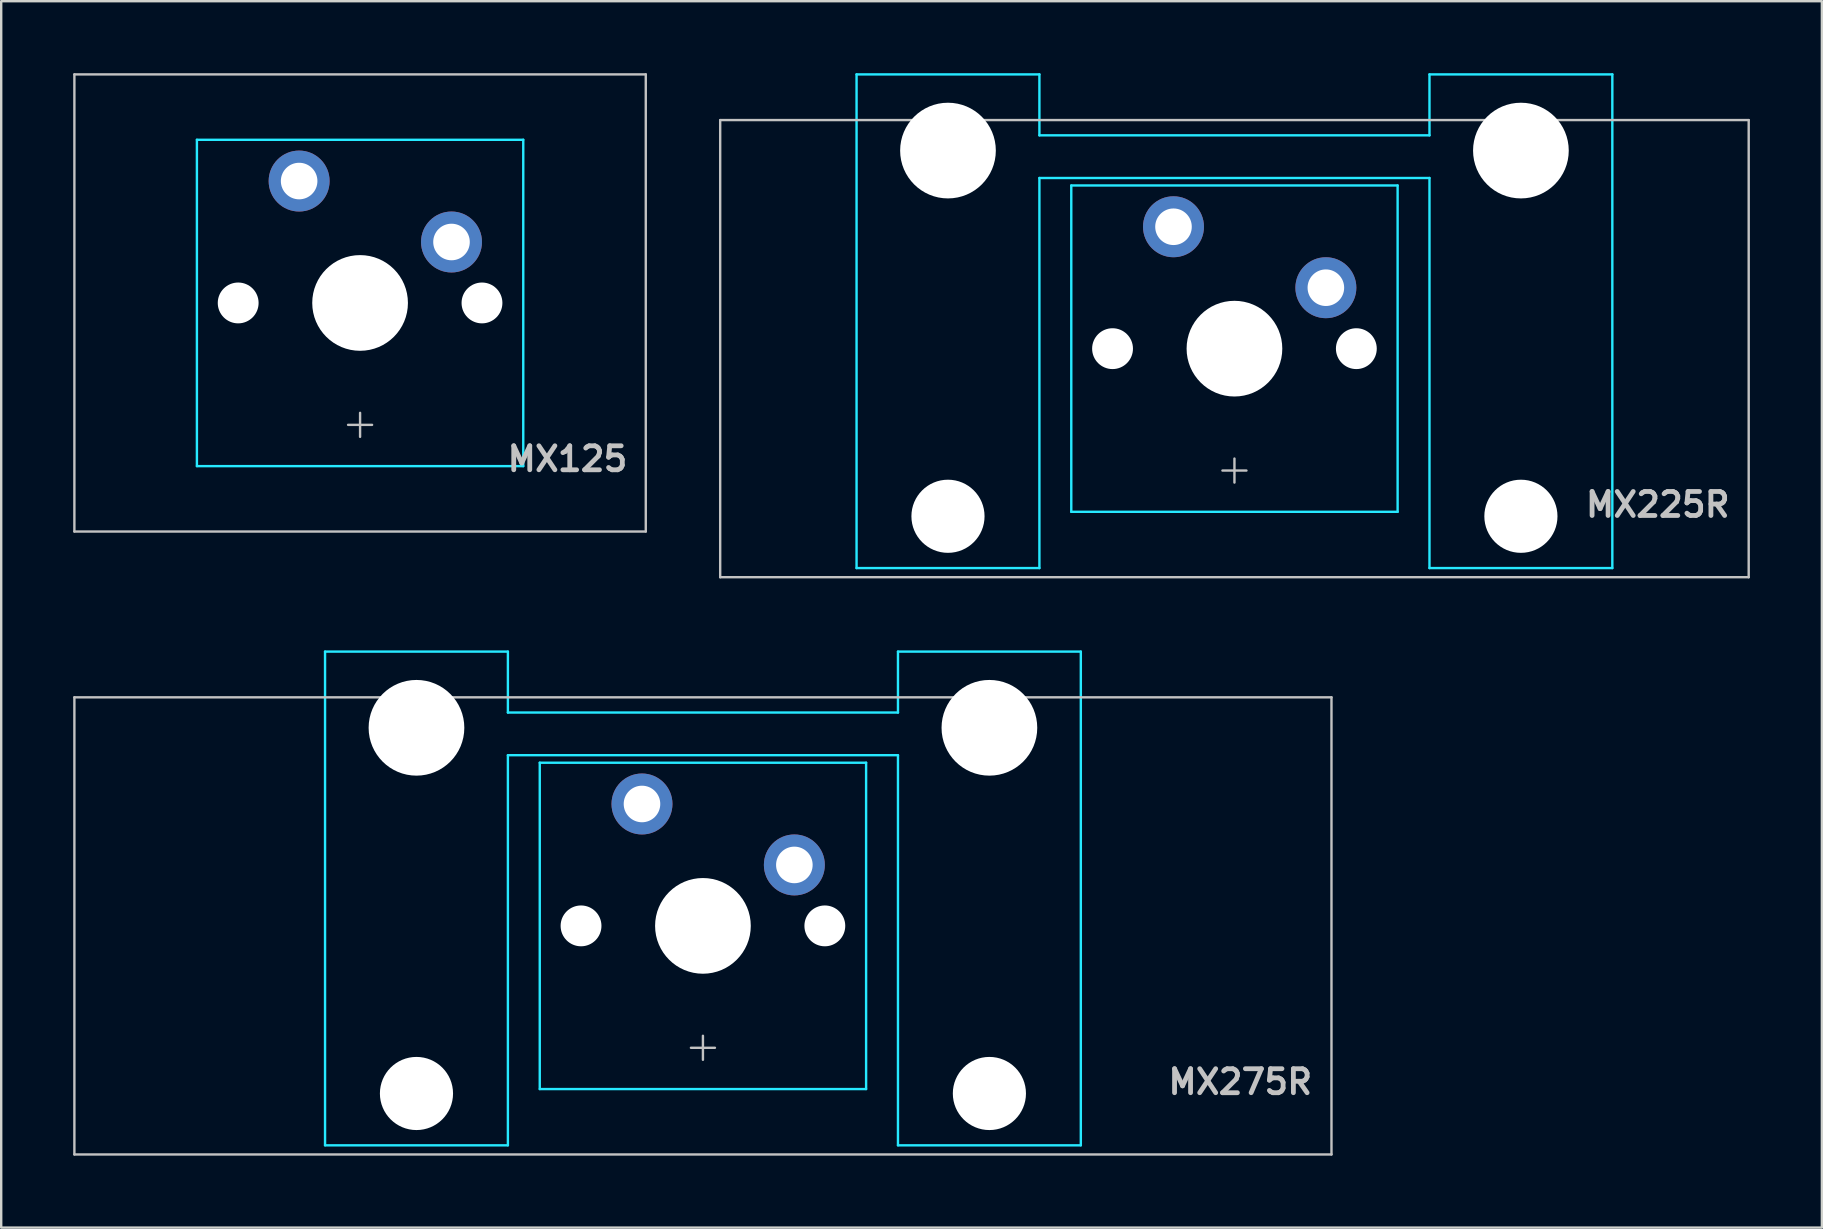
<source format=kicad_pcb>
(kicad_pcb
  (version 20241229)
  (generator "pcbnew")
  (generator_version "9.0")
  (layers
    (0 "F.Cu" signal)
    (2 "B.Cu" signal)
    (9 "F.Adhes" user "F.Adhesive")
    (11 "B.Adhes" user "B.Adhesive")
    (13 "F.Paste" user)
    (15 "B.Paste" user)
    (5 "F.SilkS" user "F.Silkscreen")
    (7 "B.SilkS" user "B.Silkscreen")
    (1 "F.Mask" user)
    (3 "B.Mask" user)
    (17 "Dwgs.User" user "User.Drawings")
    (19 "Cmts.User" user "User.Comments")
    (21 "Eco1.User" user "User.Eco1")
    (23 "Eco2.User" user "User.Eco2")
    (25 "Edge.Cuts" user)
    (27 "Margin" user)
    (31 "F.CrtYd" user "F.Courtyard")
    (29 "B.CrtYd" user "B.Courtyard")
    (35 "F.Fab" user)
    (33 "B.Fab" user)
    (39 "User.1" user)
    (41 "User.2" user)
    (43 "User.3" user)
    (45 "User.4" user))
  (footprint "MX125"
    (layer "F.Cu")
    (at 11.956 9.575)
    (property "Reference" "MX125" (at 11.25 6.5 0) (layer "Dwgs.User") (effects (font (size 1 1) (thickness 0.2)) (justify right)))
    (attr through_hole)
    (fp_line (start -11.906 -9.525) (end -11.906 9.525) (stroke (width 0.1) (type solid)) (layer "Dwgs.User"))
    (fp_line (start -11.906 -9.525) (end 11.906 -9.525) (stroke (width 0.1) (type solid)) (layer "Dwgs.User"))
    (fp_line (start -11.906 9.525) (end 11.906 9.525) (stroke (width 0.1) (type solid)) (layer "Dwgs.User"))
    (fp_line (start -0.5 5.08) (end 0.5 5.08) (stroke (width 0.1) (type solid)) (layer "Dwgs.User"))
    (fp_line (start 0 4.58) (end 0 5.58) (stroke (width 0.1) (type solid)) (layer "Dwgs.User"))
    (fp_line (start 11.906 -9.525) (end 11.906 9.525) (stroke (width 0.1) (type solid)) (layer "Dwgs.User"))
    (fp_line (start -7 -6.5) (end -7 6.5) (stroke (width 0.1) (type solid)) (layer "Eco1.User"))
    (fp_line (start -6.5 7) (end 6.5 7) (stroke (width 0.1) (type solid)) (layer "Eco1.User"))
    (fp_line (start 6.5 -7) (end -6.5 -7) (stroke (width 0.1) (type solid)) (layer "Eco1.User"))
    (fp_line (start 7 6.5) (end 7 -6.5) (stroke (width 0.1) (type solid)) (layer "Eco1.User"))
    (fp_arc (start -7 -6.5) (mid -6.853553 -6.853553) (end -6.5 -7) (stroke (width 0.1) (type solid)) (layer "Eco1.User"))
    (fp_arc (start -6.5 7) (mid -6.853553 6.853553) (end -7 6.5) (stroke (width 0.1) (type solid)) (layer "Eco1.User"))
    (fp_arc (start 6.5 -7) (mid 6.853553 -6.853553) (end 7 -6.5) (stroke (width 0.1) (type solid)) (layer "Eco1.User"))
    (fp_arc (start 7 6.5) (mid 6.853553 6.853553) (end 6.5 7) (stroke (width 0.1) (type solid)) (layer "Eco1.User"))
    (fp_line (start -6.8 -6.8) (end -6.8 6.8) (stroke (width 0.1) (type solid)) (layer "B.CrtYd"))
    (fp_line (start -6.8 -6.8) (end 6.8 -6.8) (stroke (width 0.1) (type solid)) (layer "B.CrtYd"))
    (fp_line (start -6.8 6.8) (end 6.8 6.8) (stroke (width 0.1) (type solid)) (layer "B.CrtYd"))
    (fp_line (start 6.8 6.8) (end 6.8 -6.8) (stroke (width 0.1) (type solid)) (layer "B.CrtYd"))
    (pad "" np_thru_hole circle (at -5.08 0) (size 1.702 1.702) (drill 1.702) (layers "*.Cu" "*.Mask"))
    (pad "" connect circle (at -2.54 -5.08) (size 1.524 1.524) (layers "B.Mask"))
    (pad "" np_thru_hole circle (at 0 0) (size 3.988 3.988) (drill 3.988) (layers "*.Cu" "*.Mask"))
    (pad "" connect circle (at 3.81 -2.54) (size 1.524 1.524) (layers "B.Mask"))
    (pad "" np_thru_hole circle (at 5.08 0) (size 1.702 1.702) (drill 1.702) (layers "*.Cu" "*.Mask"))
    (pad "1" thru_hole circle (at -2.54 -5.08) (size 2.54 2.54) (drill 1.524) (layers "*.Cu" "F.Mask"))
    (pad "2" thru_hole circle (at 3.81 -2.54) (size 2.54 2.54) (drill 1.524) (layers "*.Cu" "F.Mask")))
  (footprint "MX275R"
    (layer "F.Cu")
    (at 26.244 35.535)
    (property "Reference" "MX275R" (at 25.5 6.5 0) (layer "Dwgs.User") (effects (font (size 1 1) (thickness 0.2)) (justify right)))
    (attr through_hole)
    (fp_line (start -26.194 -9.525) (end -26.194 9.525) (stroke (width 0.1) (type solid)) (layer "Dwgs.User"))
    (fp_line (start -26.194 -9.525) (end 26.194 -9.525) (stroke (width 0.1) (type solid)) (layer "Dwgs.User"))
    (fp_line (start -26.194 9.525) (end 26.194 9.525) (stroke (width 0.1) (type solid)) (layer "Dwgs.User"))
    (fp_line (start -0.5 5.08) (end 0.5 5.08) (stroke (width 0.1) (type solid)) (layer "Dwgs.User"))
    (fp_line (start 0 5.58) (end 0 4.58) (stroke (width 0.1) (type solid)) (layer "Dwgs.User"))
    (fp_line (start 26.194 -9.525) (end 26.194 9.525) (stroke (width 0.1) (type solid)) (layer "Dwgs.User"))
    (fp_line (start -15.438 -8.515) (end -15.438 5.485) (stroke (width 0.1) (type solid)) (layer "Eco1.User"))
    (fp_line (start -14.938 -9.015) (end -8.938 -9.015) (stroke (width 0.1) (type solid)) (layer "Eco1.User"))
    (fp_line (start -8.938 5.985) (end -14.938 5.985) (stroke (width 0.1) (type solid)) (layer "Eco1.User"))
    (fp_line (start -8.438 5.485) (end -8.438 -8.515) (stroke (width 0.1) (type solid)) (layer "Eco1.User"))
    (fp_line (start -7 -6.5) (end -7 6.5) (stroke (width 0.1) (type solid)) (layer "Eco1.User"))
    (fp_line (start -6.5 7) (end 6.5 7) (stroke (width 0.1) (type solid)) (layer "Eco1.User"))
    (fp_line (start 6.5 -7) (end -6.5 -7) (stroke (width 0.1) (type solid)) (layer "Eco1.User"))
    (fp_line (start 7 6.5) (end 7 -6.5) (stroke (width 0.1) (type solid)) (layer "Eco1.User"))
    (fp_line (start 8.438 -8.515) (end 8.438 5.485) (stroke (width 0.1) (type solid)) (layer "Eco1.User"))
    (fp_line (start 8.938 -9.015) (end 14.938 -9.015) (stroke (width 0.1) (type solid)) (layer "Eco1.User"))
    (fp_line (start 14.938 5.985) (end 8.938 5.985) (stroke (width 0.1) (type solid)) (layer "Eco1.User"))
    (fp_line (start 15.438 5.485) (end 15.438 -8.515) (stroke (width 0.1) (type solid)) (layer "Eco1.User"))
    (fp_arc (start -15.438 -8.515) (mid -15.291553 -8.868553) (end -14.938 -9.015) (stroke (width 0.1) (type solid)) (layer "Eco1.User"))
    (fp_arc (start -14.938 5.985) (mid -15.291553 5.838553) (end -15.438 5.485) (stroke (width 0.1) (type solid)) (layer "Eco1.User"))
    (fp_arc (start -8.938 -9.015) (mid -8.584447 -8.868553) (end -8.438 -8.515) (stroke (width 0.1) (type solid)) (layer "Eco1.User"))
    (fp_arc (start -8.438 5.485) (mid -8.584447 5.838553) (end -8.938 5.985) (stroke (width 0.1) (type solid)) (layer "Eco1.User"))
    (fp_arc (start -7 -6.5) (mid -6.853553 -6.853553) (end -6.5 -7) (stroke (width 0.1) (type solid)) (layer "Eco1.User"))
    (fp_arc (start -6.5 7) (mid -6.853553 6.853553) (end -7 6.5) (stroke (width 0.1) (type solid)) (layer "Eco1.User"))
    (fp_arc (start 6.5 -7) (mid 6.853553 -6.853553) (end 7 -6.5) (stroke (width 0.1) (type solid)) (layer "Eco1.User"))
    (fp_arc (start 7 6.5) (mid 6.853553 6.853553) (end 6.5 7) (stroke (width 0.1) (type solid)) (layer "Eco1.User"))
    (fp_arc (start 8.438 -8.515) (mid 8.584447 -8.868553) (end 8.938 -9.015) (stroke (width 0.1) (type solid)) (layer "Eco1.User"))
    (fp_arc (start 8.938 5.985) (mid 8.584447 5.838553) (end 8.438 5.485) (stroke (width 0.1) (type solid)) (layer "Eco1.User"))
    (fp_arc (start 14.938 -9.015) (mid 15.291553 -8.868553) (end 15.438 -8.515) (stroke (width 0.1) (type solid)) (layer "Eco1.User"))
    (fp_arc (start 15.438 5.485) (mid 15.291553 5.838553) (end 14.938 5.985) (stroke (width 0.1) (type solid)) (layer "Eco1.User"))
    (fp_line (start -15.748 -11.43) (end -8.128 -11.43) (stroke (width 0.1) (type solid)) (layer "B.CrtYd"))
    (fp_line (start -15.748 9.144) (end -15.748 -11.43) (stroke (width 0.1) (type solid)) (layer "B.CrtYd"))
    (fp_line (start -8.128 -11.43) (end -8.128 -8.89) (stroke (width 0.1) (type solid)) (layer "B.CrtYd"))
    (fp_line (start -8.128 9.144) (end -15.748 9.144) (stroke (width 0.1) (type solid)) (layer "B.CrtYd"))
    (fp_line (start -8.128 9.144) (end -8.128 -7.112) (stroke (width 0.1) (type solid)) (layer "B.CrtYd"))
    (fp_line (start -6.8 6.8) (end -6.8 -6.8) (stroke (width 0.1) (type solid)) (layer "B.CrtYd"))
    (fp_line (start 6.8 -6.8) (end -6.8 -6.8) (stroke (width 0.1) (type solid)) (layer "B.CrtYd"))
    (fp_line (start 6.8 6.8) (end -6.8 6.8) (stroke (width 0.1) (type solid)) (layer "B.CrtYd"))
    (fp_line (start 6.8 6.8) (end 6.8 -6.8) (stroke (width 0.1) (type solid)) (layer "B.CrtYd"))
    (fp_line (start 8.128 -11.43) (end 8.128 -8.89) (stroke (width 0.1) (type solid)) (layer "B.CrtYd"))
    (fp_line (start 8.128 -11.43) (end 15.748 -11.43) (stroke (width 0.1) (type solid)) (layer "B.CrtYd"))
    (fp_line (start 8.128 -8.89) (end -8.128 -8.89) (stroke (width 0.1) (type solid)) (layer "B.CrtYd"))
    (fp_line (start 8.128 -7.112) (end -8.128 -7.112) (stroke (width 0.1) (type solid)) (layer "B.CrtYd"))
    (fp_line (start 8.128 9.144) (end 8.128 -7.112) (stroke (width 0.1) (type solid)) (layer "B.CrtYd"))
    (fp_line (start 15.748 -11.43) (end 15.748 9.144) (stroke (width 0.1) (type solid)) (layer "B.CrtYd"))
    (fp_line (start 15.748 9.144) (end 8.128 9.144) (stroke (width 0.1) (type solid)) (layer "B.CrtYd"))
    (pad "" np_thru_hole circle (at -11.938 -8.255 180) (size 3.988 3.988) (drill 3.988) (layers "*.Cu" "*.Mask"))
    (pad "" np_thru_hole circle (at -11.938 6.985 180) (size 3.048 3.048) (drill 3.048) (layers "*.Cu" "*.Mask"))
    (pad "" np_thru_hole circle (at -5.08 0) (size 1.702 1.702) (drill 1.702) (layers "*.Cu" "*.Mask"))
    (pad "" connect circle (at -2.54 -5.08) (size 1.524 1.524) (layers "B.Mask"))
    (pad "" np_thru_hole circle (at 0 0) (size 3.988 3.988) (drill 3.988) (layers "*.Cu" "*.Mask"))
    (pad "" connect circle (at 3.81 -2.54) (size 1.524 1.524) (layers "B.Mask"))
    (pad "" np_thru_hole circle (at 5.08 0) (size 1.702 1.702) (drill 1.702) (layers "*.Cu" "*.Mask"))
    (pad "" np_thru_hole circle (at 11.938 -8.255 180) (size 3.988 3.988) (drill 3.988) (layers "*.Cu" "*.Mask"))
    (pad "" np_thru_hole circle (at 11.938 6.985 180) (size 3.048 3.048) (drill 3.048) (layers "*.Cu" "*.Mask"))
    (pad "1" thru_hole circle (at -2.54 -5.08) (size 2.54 2.54) (drill 1.524) (layers "*.Cu" "F.Mask"))
    (pad "2" thru_hole circle (at 3.81 -2.54) (size 2.54 2.54) (drill 1.524) (layers "*.Cu" "F.Mask")))
  (footprint "MX225R"
    (layer "F.Cu")
    (at 48.394 11.48)
    (property "Reference" "MX225R" (at 20.75 6.5 0) (layer "Dwgs.User") (effects (font (size 1 1) (thickness 0.2)) (justify right)))
    (attr through_hole)
    (fp_line (start -21.431 -9.525) (end -21.431 9.525) (stroke (width 0.1) (type solid)) (layer "Dwgs.User"))
    (fp_line (start -21.431 -9.525) (end 21.431 -9.525) (stroke (width 0.1) (type solid)) (layer "Dwgs.User"))
    (fp_line (start -21.431 9.525) (end 21.431 9.525) (stroke (width 0.1) (type solid)) (layer "Dwgs.User"))
    (fp_line (start -0.5 5.08) (end 0.5 5.08) (stroke (width 0.1) (type solid)) (layer "Dwgs.User"))
    (fp_line (start 0 5.58) (end 0 4.58) (stroke (width 0.1) (type solid)) (layer "Dwgs.User"))
    (fp_line (start 21.431 -9.525) (end 21.431 9.525) (stroke (width 0.1) (type solid)) (layer "Dwgs.User"))
    (fp_line (start -15.438 -8.515) (end -15.438 5.485) (stroke (width 0.1) (type solid)) (layer "Eco1.User"))
    (fp_line (start -14.938 -9.015) (end -8.938 -9.015) (stroke (width 0.1) (type solid)) (layer "Eco1.User"))
    (fp_line (start -8.938 5.985) (end -14.938 5.985) (stroke (width 0.1) (type solid)) (layer "Eco1.User"))
    (fp_line (start -8.438 5.485) (end -8.438 -8.515) (stroke (width 0.1) (type solid)) (layer "Eco1.User"))
    (fp_line (start -7 -6.5) (end -7 6.5) (stroke (width 0.1) (type solid)) (layer "Eco1.User"))
    (fp_line (start -6.5 7) (end 6.5 7) (stroke (width 0.1) (type solid)) (layer "Eco1.User"))
    (fp_line (start 6.5 -7) (end -6.5 -7) (stroke (width 0.1) (type solid)) (layer "Eco1.User"))
    (fp_line (start 7 6.5) (end 7 -6.5) (stroke (width 0.1) (type solid)) (layer "Eco1.User"))
    (fp_line (start 8.438 -8.515) (end 8.438 5.485) (stroke (width 0.1) (type solid)) (layer "Eco1.User"))
    (fp_line (start 8.938 -9.015) (end 14.938 -9.015) (stroke (width 0.1) (type solid)) (layer "Eco1.User"))
    (fp_line (start 14.938 5.985) (end 8.938 5.985) (stroke (width 0.1) (type solid)) (layer "Eco1.User"))
    (fp_line (start 15.438 5.485) (end 15.438 -8.515) (stroke (width 0.1) (type solid)) (layer "Eco1.User"))
    (fp_arc (start -15.438 -8.515) (mid -15.291553 -8.868553) (end -14.938 -9.015) (stroke (width 0.1) (type solid)) (layer "Eco1.User"))
    (fp_arc (start -14.938 5.985) (mid -15.291553 5.838553) (end -15.438 5.485) (stroke (width 0.1) (type solid)) (layer "Eco1.User"))
    (fp_arc (start -8.938 -9.015) (mid -8.584447 -8.868553) (end -8.438 -8.515) (stroke (width 0.1) (type solid)) (layer "Eco1.User"))
    (fp_arc (start -8.438 5.485) (mid -8.584447 5.838553) (end -8.938 5.985) (stroke (width 0.1) (type solid)) (layer "Eco1.User"))
    (fp_arc (start -7 -6.5) (mid -6.853553 -6.853553) (end -6.5 -7) (stroke (width 0.1) (type solid)) (layer "Eco1.User"))
    (fp_arc (start -6.5 7) (mid -6.853553 6.853553) (end -7 6.5) (stroke (width 0.1) (type solid)) (layer "Eco1.User"))
    (fp_arc (start 6.5 -7) (mid 6.853553 -6.853553) (end 7 -6.5) (stroke (width 0.1) (type solid)) (layer "Eco1.User"))
    (fp_arc (start 7 6.5) (mid 6.853553 6.853553) (end 6.5 7) (stroke (width 0.1) (type solid)) (layer "Eco1.User"))
    (fp_arc (start 8.438 -8.515) (mid 8.584447 -8.868553) (end 8.938 -9.015) (stroke (width 0.1) (type solid)) (layer "Eco1.User"))
    (fp_arc (start 8.938 5.985) (mid 8.584447 5.838553) (end 8.438 5.485) (stroke (width 0.1) (type solid)) (layer "Eco1.User"))
    (fp_arc (start 14.938 -9.015) (mid 15.291553 -8.868553) (end 15.438 -8.515) (stroke (width 0.1) (type solid)) (layer "Eco1.User"))
    (fp_arc (start 15.438 5.485) (mid 15.291553 5.838553) (end 14.938 5.985) (stroke (width 0.1) (type solid)) (layer "Eco1.User"))
    (fp_line (start -15.748 -11.43) (end -8.128 -11.43) (stroke (width 0.1) (type solid)) (layer "B.CrtYd"))
    (fp_line (start -15.748 9.144) (end -15.748 -11.43) (stroke (width 0.1) (type solid)) (layer "B.CrtYd"))
    (fp_line (start -8.128 -11.43) (end -8.128 -8.89) (stroke (width 0.1) (type solid)) (layer "B.CrtYd"))
    (fp_line (start -8.128 9.144) (end -15.748 9.144) (stroke (width 0.1) (type solid)) (layer "B.CrtYd"))
    (fp_line (start -8.128 9.144) (end -8.128 -7.112) (stroke (width 0.1) (type solid)) (layer "B.CrtYd"))
    (fp_line (start -6.8 6.8) (end -6.8 -6.8) (stroke (width 0.1) (type solid)) (layer "B.CrtYd"))
    (fp_line (start 6.8 -6.8) (end -6.8 -6.8) (stroke (width 0.1) (type solid)) (layer "B.CrtYd"))
    (fp_line (start 6.8 6.8) (end -6.8 6.8) (stroke (width 0.1) (type solid)) (layer "B.CrtYd"))
    (fp_line (start 6.8 6.8) (end 6.8 -6.8) (stroke (width 0.1) (type solid)) (layer "B.CrtYd"))
    (fp_line (start 8.128 -11.43) (end 8.128 -8.89) (stroke (width 0.1) (type solid)) (layer "B.CrtYd"))
    (fp_line (start 8.128 -11.43) (end 15.748 -11.43) (stroke (width 0.1) (type solid)) (layer "B.CrtYd"))
    (fp_line (start 8.128 -8.89) (end -8.128 -8.89) (stroke (width 0.1) (type solid)) (layer "B.CrtYd"))
    (fp_line (start 8.128 -7.112) (end -8.128 -7.112) (stroke (width 0.1) (type solid)) (layer "B.CrtYd"))
    (fp_line (start 8.128 9.144) (end 8.128 -7.112) (stroke (width 0.1) (type solid)) (layer "B.CrtYd"))
    (fp_line (start 15.748 -11.43) (end 15.748 9.144) (stroke (width 0.1) (type solid)) (layer "B.CrtYd"))
    (fp_line (start 15.748 9.144) (end 8.128 9.144) (stroke (width 0.1) (type solid)) (layer "B.CrtYd"))
    (pad "" np_thru_hole circle (at -11.938 -8.255 180) (size 3.988 3.988) (drill 3.988) (layers "*.Cu" "*.Mask"))
    (pad "" np_thru_hole circle (at -11.938 6.985 180) (size 3.048 3.048) (drill 3.048) (layers "*.Cu" "*.Mask"))
    (pad "" np_thru_hole circle (at -5.08 0) (size 1.702 1.702) (drill 1.702) (layers "*.Cu" "*.Mask"))
    (pad "" connect circle (at -2.54 -5.08) (size 1.524 1.524) (layers "B.Mask"))
    (pad "" np_thru_hole circle (at 0 0) (size 3.988 3.988) (drill 3.988) (layers "*.Cu" "*.Mask"))
    (pad "" connect circle (at 3.81 -2.54) (size 1.524 1.524) (layers "B.Mask"))
    (pad "" np_thru_hole circle (at 5.08 0) (size 1.702 1.702) (drill 1.702) (layers "*.Cu" "*.Mask"))
    (pad "" np_thru_hole circle (at 11.938 -8.255 180) (size 3.988 3.988) (drill 3.988) (layers "*.Cu" "*.Mask"))
    (pad "" np_thru_hole circle (at 11.938 6.985 180) (size 3.048 3.048) (drill 3.048) (layers "*.Cu" "*.Mask"))
    (pad "1" thru_hole circle (at -2.54 -5.08) (size 2.54 2.54) (drill 1.524) (layers "*.Cu" "F.Mask"))
    (pad "2" thru_hole circle (at 3.81 -2.54) (size 2.54 2.54) (drill 1.524) (layers "*.Cu" "F.Mask")))
  (gr_rect
    (start -3 -3)
    (end 72.875 48.11)
    (stroke (width 0.1) (type default))
    (fill no)
    (layer "Edge.Cuts")))
</source>
